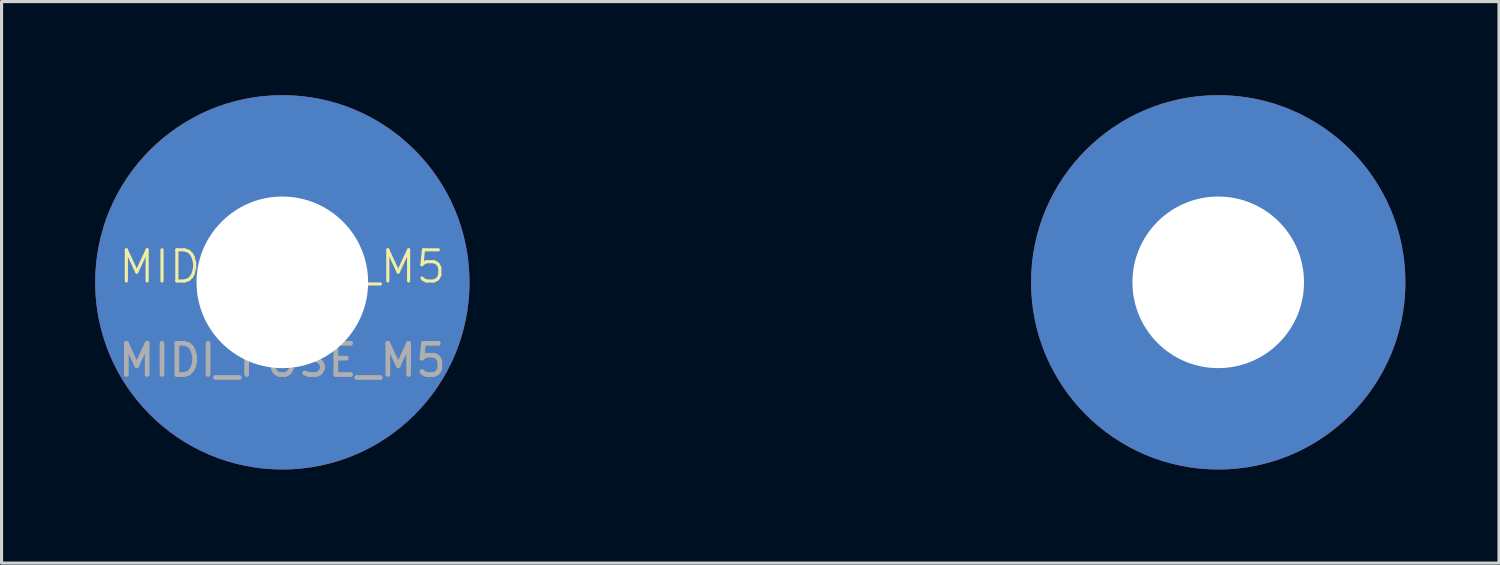
<source format=kicad_pcb>
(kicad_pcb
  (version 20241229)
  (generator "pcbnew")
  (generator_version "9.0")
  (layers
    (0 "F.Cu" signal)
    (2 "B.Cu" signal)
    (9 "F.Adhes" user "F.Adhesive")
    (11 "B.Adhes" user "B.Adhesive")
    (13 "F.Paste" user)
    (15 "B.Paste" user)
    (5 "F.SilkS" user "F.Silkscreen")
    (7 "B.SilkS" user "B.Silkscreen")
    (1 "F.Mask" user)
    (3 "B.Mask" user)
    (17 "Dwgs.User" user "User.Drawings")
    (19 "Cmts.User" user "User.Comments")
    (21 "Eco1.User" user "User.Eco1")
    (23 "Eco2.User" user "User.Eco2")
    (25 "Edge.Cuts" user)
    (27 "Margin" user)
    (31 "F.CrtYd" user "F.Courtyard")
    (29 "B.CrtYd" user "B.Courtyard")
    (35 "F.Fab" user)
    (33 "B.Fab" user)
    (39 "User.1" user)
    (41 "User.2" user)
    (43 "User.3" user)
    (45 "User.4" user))
  (footprint "MIDI_FUSE_M5"
    (layer "F.Cu")
    (at 6 6)
    (property "Reference" "MIDI_FUSE_M5" (at 0 -0.5 0) (unlocked yes) (layer "F.SilkS") (effects (font (size 1 1) (thickness 0.1))))
    (attr smd)
    (fp_text user "${REFERENCE}" (at 0 2.5 0) (unlocked yes) (layer "F.Fab") (effects (font (size 1 1) (thickness 0.15))))
    (pad "1" thru_hole circle (at 0 0) (size 12 12) (drill 5.5) (layers "*.Cu" "*.Mask"))
    (pad "2" thru_hole circle (at 30 0) (size 12 12) (drill 5.5) (layers "*.Cu" "*.Mask")))
  (gr_rect
    (start -3 -3)
    (end 45 15)
    (stroke (width 0.1) (type default))
    (fill no)
    (layer "Edge.Cuts")))
</source>
